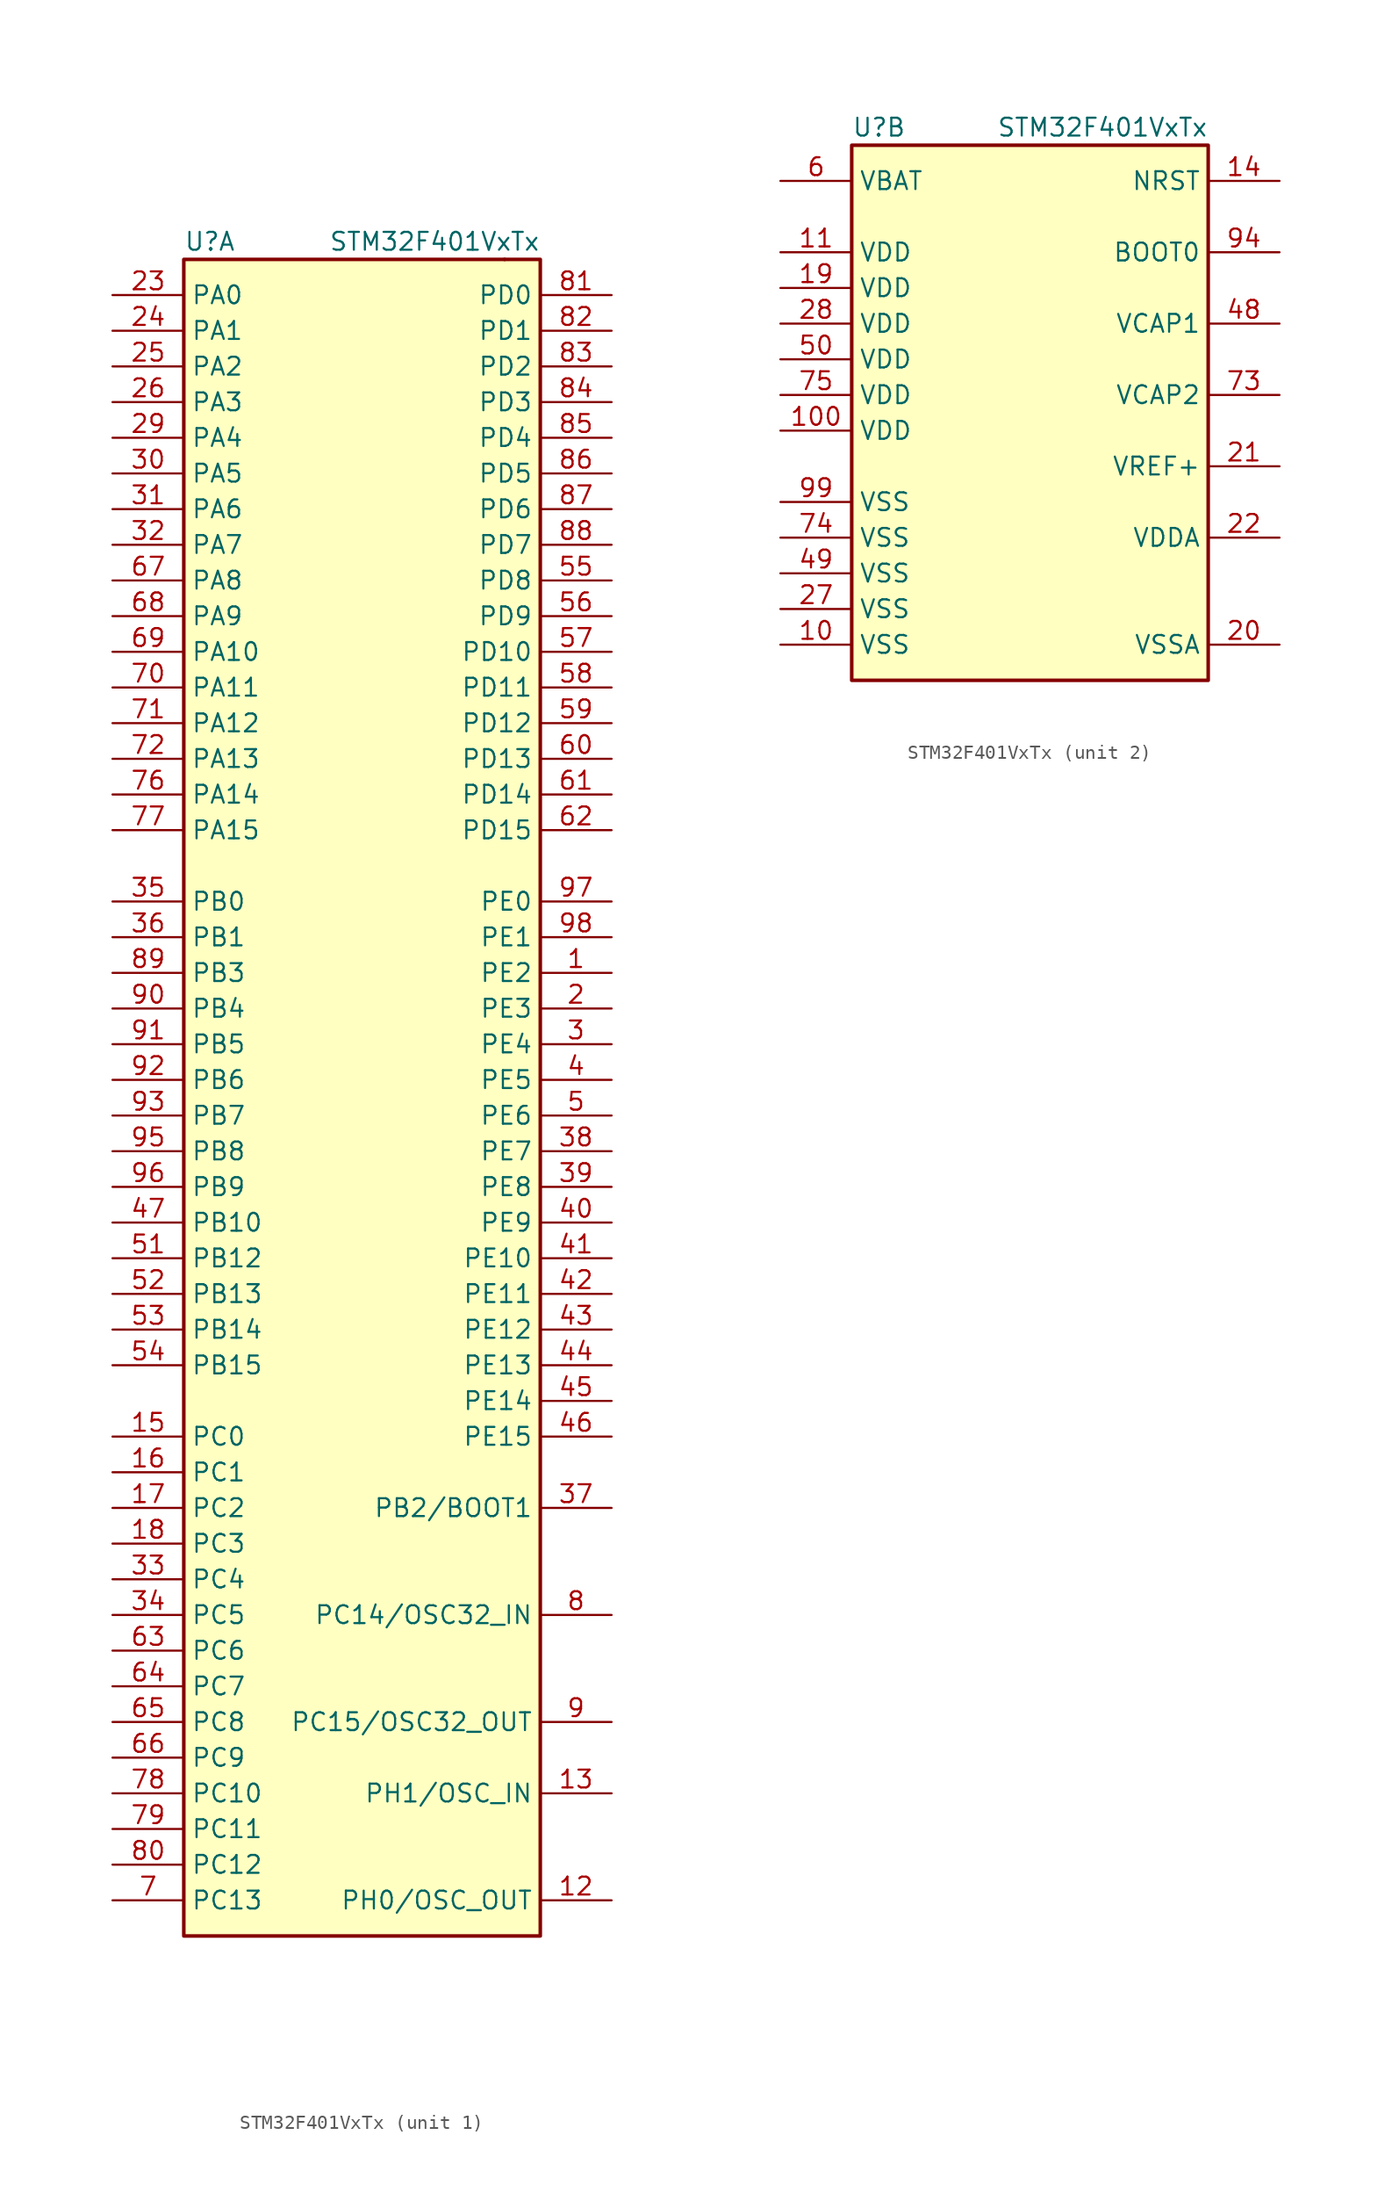
<source format=kicad_sym>
(kicad_symbol_lib
  (version 20211014)
  (generator kicad_symbol_editor)
  (symbol "STM32F401VxTx"
    (property "Reference" "U"
      (at 5.08 3.81 0)
      (effects (font (size 1.27 1.27)) (justify left)))
    (property "Value" "STM32F401VxTx"
      (at 30.48 3.81 0)
      (effects (font (size 1.27 1.27)) (justify right)))
    (property "ki_locked" ""
      (at 0 0 0)
      (effects (font (size 1.27 1.27))))
    (symbol "STM32F401VxTx_1_1"
      (rectangle (start 5.08 -116.84) (end 30.48 2.54) (stroke (width 0.254) (type default) (color 0 0 0 0)) (fill (type background)))
      (rectangle (start 27.94 2.54) (end 27.94 2.54) (stroke (width 0.254) (type default) (color 0 0 0 0)) (fill (type none)))
      (pin bidirectional line (at 35.56 -48.26 180) (length 5.08) (name "PE2" (effects (font (size 1.27 1.27)))) (number "1" (effects (font (size 1.27 1.27)))))
      (pin input line (at 35.56 -114.3 180) (length 5.08) (name "PH0/OSC_OUT" (effects (font (size 1.27 1.27)))) (number "12" (effects (font (size 1.27 1.27)))))
      (pin input line (at 35.56 -106.68 180) (length 5.08) (name "PH1/OSC_IN" (effects (font (size 1.27 1.27)))) (number "13" (effects (font (size 1.27 1.27)))))
      (pin bidirectional line (at 0 -81.28 0) (length 5.08) (name "PC0" (effects (font (size 1.27 1.27)))) (number "15" (effects (font (size 1.27 1.27)))))
      (pin bidirectional line (at 0 -83.82 0) (length 5.08) (name "PC1" (effects (font (size 1.27 1.27)))) (number "16" (effects (font (size 1.27 1.27)))))
      (pin bidirectional line (at 0 -86.36 0) (length 5.08) (name "PC2" (effects (font (size 1.27 1.27)))) (number "17" (effects (font (size 1.27 1.27)))))
      (pin bidirectional line (at 0 -88.9 0) (length 5.08) (name "PC3" (effects (font (size 1.27 1.27)))) (number "18" (effects (font (size 1.27 1.27)))))
      (pin bidirectional line (at 35.56 -50.8 180) (length 5.08) (name "PE3" (effects (font (size 1.27 1.27)))) (number "2" (effects (font (size 1.27 1.27)))))
      (pin bidirectional line (at 0 0 0) (length 5.08) (name "PA0" (effects (font (size 1.27 1.27)))) (number "23" (effects (font (size 1.27 1.27)))))
      (pin bidirectional line (at 0 -2.54 0) (length 5.08) (name "PA1" (effects (font (size 1.27 1.27)))) (number "24" (effects (font (size 1.27 1.27)))))
      (pin bidirectional line (at 0 -5.08 0) (length 5.08) (name "PA2" (effects (font (size 1.27 1.27)))) (number "25" (effects (font (size 1.27 1.27)))))
      (pin bidirectional line (at 0 -7.62 0) (length 5.08) (name "PA3" (effects (font (size 1.27 1.27)))) (number "26" (effects (font (size 1.27 1.27)))))
      (pin bidirectional line (at 0 -10.16 0) (length 5.08) (name "PA4" (effects (font (size 1.27 1.27)))) (number "29" (effects (font (size 1.27 1.27)))))
      (pin bidirectional line (at 35.56 -53.34 180) (length 5.08) (name "PE4" (effects (font (size 1.27 1.27)))) (number "3" (effects (font (size 1.27 1.27)))))
      (pin bidirectional line (at 0 -12.7 0) (length 5.08) (name "PA5" (effects (font (size 1.27 1.27)))) (number "30" (effects (font (size 1.27 1.27)))))
      (pin bidirectional line (at 0 -15.24 0) (length 5.08) (name "PA6" (effects (font (size 1.27 1.27)))) (number "31" (effects (font (size 1.27 1.27)))))
      (pin bidirectional line (at 0 -17.78 0) (length 5.08) (name "PA7" (effects (font (size 1.27 1.27)))) (number "32" (effects (font (size 1.27 1.27)))))
      (pin bidirectional line (at 0 -91.44 0) (length 5.08) (name "PC4" (effects (font (size 1.27 1.27)))) (number "33" (effects (font (size 1.27 1.27)))))
      (pin bidirectional line (at 0 -93.98 0) (length 5.08) (name "PC5" (effects (font (size 1.27 1.27)))) (number "34" (effects (font (size 1.27 1.27)))))
      (pin bidirectional line (at 0 -43.18 0) (length 5.08) (name "PB0" (effects (font (size 1.27 1.27)))) (number "35" (effects (font (size 1.27 1.27)))))
      (pin bidirectional line (at 0 -45.72 0) (length 5.08) (name "PB1" (effects (font (size 1.27 1.27)))) (number "36" (effects (font (size 1.27 1.27)))))
      (pin bidirectional line (at 35.56 -86.36 180) (length 5.08) (name "PB2/BOOT1" (effects (font (size 1.27 1.27)))) (number "37" (effects (font (size 1.27 1.27)))))
      (pin bidirectional line (at 35.56 -60.96 180) (length 5.08) (name "PE7" (effects (font (size 1.27 1.27)))) (number "38" (effects (font (size 1.27 1.27)))))
      (pin bidirectional line (at 35.56 -63.5 180) (length 5.08) (name "PE8" (effects (font (size 1.27 1.27)))) (number "39" (effects (font (size 1.27 1.27)))))
      (pin bidirectional line (at 35.56 -55.88 180) (length 5.08) (name "PE5" (effects (font (size 1.27 1.27)))) (number "4" (effects (font (size 1.27 1.27)))))
      (pin bidirectional line (at 35.56 -66.04 180) (length 5.08) (name "PE9" (effects (font (size 1.27 1.27)))) (number "40" (effects (font (size 1.27 1.27)))))
      (pin bidirectional line (at 35.56 -68.58 180) (length 5.08) (name "PE10" (effects (font (size 1.27 1.27)))) (number "41" (effects (font (size 1.27 1.27)))))
      (pin bidirectional line (at 35.56 -71.12 180) (length 5.08) (name "PE11" (effects (font (size 1.27 1.27)))) (number "42" (effects (font (size 1.27 1.27)))))
      (pin bidirectional line (at 35.56 -73.66 180) (length 5.08) (name "PE12" (effects (font (size 1.27 1.27)))) (number "43" (effects (font (size 1.27 1.27)))))
      (pin bidirectional line (at 35.56 -76.2 180) (length 5.08) (name "PE13" (effects (font (size 1.27 1.27)))) (number "44" (effects (font (size 1.27 1.27)))))
      (pin bidirectional line (at 35.56 -78.74 180) (length 5.08) (name "PE14" (effects (font (size 1.27 1.27)))) (number "45" (effects (font (size 1.27 1.27)))))
      (pin bidirectional line (at 35.56 -81.28 180) (length 5.08) (name "PE15" (effects (font (size 1.27 1.27)))) (number "46" (effects (font (size 1.27 1.27)))))
      (pin bidirectional line (at 0 -66.04 0) (length 5.08) (name "PB10" (effects (font (size 1.27 1.27)))) (number "47" (effects (font (size 1.27 1.27)))))
      (pin bidirectional line (at 35.56 -58.42 180) (length 5.08) (name "PE6" (effects (font (size 1.27 1.27)))) (number "5" (effects (font (size 1.27 1.27)))))
      (pin bidirectional line (at 0 -68.58 0) (length 5.08) (name "PB12" (effects (font (size 1.27 1.27)))) (number "51" (effects (font (size 1.27 1.27)))))
      (pin bidirectional line (at 0 -71.12 0) (length 5.08) (name "PB13" (effects (font (size 1.27 1.27)))) (number "52" (effects (font (size 1.27 1.27)))))
      (pin bidirectional line (at 0 -73.66 0) (length 5.08) (name "PB14" (effects (font (size 1.27 1.27)))) (number "53" (effects (font (size 1.27 1.27)))))
      (pin bidirectional line (at 0 -76.2 0) (length 5.08) (name "PB15" (effects (font (size 1.27 1.27)))) (number "54" (effects (font (size 1.27 1.27)))))
      (pin bidirectional line (at 35.56 -20.32 180) (length 5.08) (name "PD8" (effects (font (size 1.27 1.27)))) (number "55" (effects (font (size 1.27 1.27)))))
      (pin bidirectional line (at 35.56 -22.86 180) (length 5.08) (name "PD9" (effects (font (size 1.27 1.27)))) (number "56" (effects (font (size 1.27 1.27)))))
      (pin bidirectional line (at 35.56 -25.4 180) (length 5.08) (name "PD10" (effects (font (size 1.27 1.27)))) (number "57" (effects (font (size 1.27 1.27)))))
      (pin bidirectional line (at 35.56 -27.94 180) (length 5.08) (name "PD11" (effects (font (size 1.27 1.27)))) (number "58" (effects (font (size 1.27 1.27)))))
      (pin bidirectional line (at 35.56 -30.48 180) (length 5.08) (name "PD12" (effects (font (size 1.27 1.27)))) (number "59" (effects (font (size 1.27 1.27)))))
      (pin bidirectional line (at 35.56 -33.02 180) (length 5.08) (name "PD13" (effects (font (size 1.27 1.27)))) (number "60" (effects (font (size 1.27 1.27)))))
      (pin bidirectional line (at 35.56 -35.56 180) (length 5.08) (name "PD14" (effects (font (size 1.27 1.27)))) (number "61" (effects (font (size 1.27 1.27)))))
      (pin bidirectional line (at 35.56 -38.1 180) (length 5.08) (name "PD15" (effects (font (size 1.27 1.27)))) (number "62" (effects (font (size 1.27 1.27)))))
      (pin bidirectional line (at 0 -96.52 0) (length 5.08) (name "PC6" (effects (font (size 1.27 1.27)))) (number "63" (effects (font (size 1.27 1.27)))))
      (pin bidirectional line (at 0 -99.06 0) (length 5.08) (name "PC7" (effects (font (size 1.27 1.27)))) (number "64" (effects (font (size 1.27 1.27)))))
      (pin bidirectional line (at 0 -101.6 0) (length 5.08) (name "PC8" (effects (font (size 1.27 1.27)))) (number "65" (effects (font (size 1.27 1.27)))))
      (pin bidirectional line (at 0 -104.14 0) (length 5.08) (name "PC9" (effects (font (size 1.27 1.27)))) (number "66" (effects (font (size 1.27 1.27)))))
      (pin bidirectional line (at 0 -20.32 0) (length 5.08) (name "PA8" (effects (font (size 1.27 1.27)))) (number "67" (effects (font (size 1.27 1.27)))))
      (pin bidirectional line (at 0 -22.86 0) (length 5.08) (name "PA9" (effects (font (size 1.27 1.27)))) (number "68" (effects (font (size 1.27 1.27)))))
      (pin bidirectional line (at 0 -25.4 0) (length 5.08) (name "PA10" (effects (font (size 1.27 1.27)))) (number "69" (effects (font (size 1.27 1.27)))))
      (pin bidirectional line (at 0 -114.3 0) (length 5.08) (name "PC13" (effects (font (size 1.27 1.27)))) (number "7" (effects (font (size 1.27 1.27)))))
      (pin bidirectional line (at 0 -27.94 0) (length 5.08) (name "PA11" (effects (font (size 1.27 1.27)))) (number "70" (effects (font (size 1.27 1.27)))))
      (pin bidirectional line (at 0 -30.48 0) (length 5.08) (name "PA12" (effects (font (size 1.27 1.27)))) (number "71" (effects (font (size 1.27 1.27)))))
      (pin bidirectional line (at 0 -33.02 0) (length 5.08) (name "PA13" (effects (font (size 1.27 1.27)))) (number "72" (effects (font (size 1.27 1.27)))))
      (pin bidirectional line (at 0 -35.56 0) (length 5.08) (name "PA14" (effects (font (size 1.27 1.27)))) (number "76" (effects (font (size 1.27 1.27)))))
      (pin bidirectional line (at 0 -38.1 0) (length 5.08) (name "PA15" (effects (font (size 1.27 1.27)))) (number "77" (effects (font (size 1.27 1.27)))))
      (pin bidirectional line (at 0 -106.68 0) (length 5.08) (name "PC10" (effects (font (size 1.27 1.27)))) (number "78" (effects (font (size 1.27 1.27)))))
      (pin bidirectional line (at 0 -109.22 0) (length 5.08) (name "PC11" (effects (font (size 1.27 1.27)))) (number "79" (effects (font (size 1.27 1.27)))))
      (pin bidirectional line (at 35.56 -93.98 180) (length 5.08) (name "PC14/OSC32_IN" (effects (font (size 1.27 1.27)))) (number "8" (effects (font (size 1.27 1.27)))))
      (pin bidirectional line (at 0 -111.76 0) (length 5.08) (name "PC12" (effects (font (size 1.27 1.27)))) (number "80" (effects (font (size 1.27 1.27)))))
      (pin bidirectional line (at 35.56 0 180) (length 5.08) (name "PD0" (effects (font (size 1.27 1.27)))) (number "81" (effects (font (size 1.27 1.27)))))
      (pin bidirectional line (at 35.56 -2.54 180) (length 5.08) (name "PD1" (effects (font (size 1.27 1.27)))) (number "82" (effects (font (size 1.27 1.27)))))
      (pin bidirectional line (at 35.56 -5.08 180) (length 5.08) (name "PD2" (effects (font (size 1.27 1.27)))) (number "83" (effects (font (size 1.27 1.27)))))
      (pin bidirectional line (at 35.56 -7.62 180) (length 5.08) (name "PD3" (effects (font (size 1.27 1.27)))) (number "84" (effects (font (size 1.27 1.27)))))
      (pin bidirectional line (at 35.56 -10.16 180) (length 5.08) (name "PD4" (effects (font (size 1.27 1.27)))) (number "85" (effects (font (size 1.27 1.27)))))
      (pin bidirectional line (at 35.56 -12.7 180) (length 5.08) (name "PD5" (effects (font (size 1.27 1.27)))) (number "86" (effects (font (size 1.27 1.27)))))
      (pin bidirectional line (at 35.56 -15.24 180) (length 5.08) (name "PD6" (effects (font (size 1.27 1.27)))) (number "87" (effects (font (size 1.27 1.27)))))
      (pin bidirectional line (at 35.56 -17.78 180) (length 5.08) (name "PD7" (effects (font (size 1.27 1.27)))) (number "88" (effects (font (size 1.27 1.27)))))
      (pin bidirectional line (at 0 -48.26 0) (length 5.08) (name "PB3" (effects (font (size 1.27 1.27)))) (number "89" (effects (font (size 1.27 1.27)))))
      (pin bidirectional line (at 35.56 -101.6 180) (length 5.08) (name "PC15/OSC32_OUT" (effects (font (size 1.27 1.27)))) (number "9" (effects (font (size 1.27 1.27)))))
      (pin bidirectional line (at 0 -50.8 0) (length 5.08) (name "PB4" (effects (font (size 1.27 1.27)))) (number "90" (effects (font (size 1.27 1.27)))))
      (pin bidirectional line (at 0 -53.34 0) (length 5.08) (name "PB5" (effects (font (size 1.27 1.27)))) (number "91" (effects (font (size 1.27 1.27)))))
      (pin bidirectional line (at 0 -55.88 0) (length 5.08) (name "PB6" (effects (font (size 1.27 1.27)))) (number "92" (effects (font (size 1.27 1.27)))))
      (pin bidirectional line (at 0 -58.42 0) (length 5.08) (name "PB7" (effects (font (size 1.27 1.27)))) (number "93" (effects (font (size 1.27 1.27)))))
      (pin bidirectional line (at 0 -60.96 0) (length 5.08) (name "PB8" (effects (font (size 1.27 1.27)))) (number "95" (effects (font (size 1.27 1.27)))))
      (pin bidirectional line (at 0 -63.5 0) (length 5.08) (name "PB9" (effects (font (size 1.27 1.27)))) (number "96" (effects (font (size 1.27 1.27)))))
      (pin bidirectional line (at 35.56 -43.18 180) (length 5.08) (name "PE0" (effects (font (size 1.27 1.27)))) (number "97" (effects (font (size 1.27 1.27)))))
      (pin bidirectional line (at 35.56 -45.72 180) (length 5.08) (name "PE1" (effects (font (size 1.27 1.27)))) (number "98" (effects (font (size 1.27 1.27))))))
    (symbol "STM32F401VxTx_2_1"
      (rectangle (start 5.08 2.54) (end 30.48 -35.56) (stroke (width 0.254) (type default) (color 0 0 0 0)) (fill (type background)))
      (pin power_in line (at 0 -33.02 0) (length 5.08) (name "VSS" (effects (font (size 1.27 1.27)))) (number "10" (effects (font (size 1.27 1.27)))))
      (pin power_in line (at 0 -17.78 0) (length 5.08) (name "VDD" (effects (font (size 1.27 1.27)))) (number "100" (effects (font (size 1.27 1.27)))))
      (pin power_in line (at 0 -5.08 0) (length 5.08) (name "VDD" (effects (font (size 1.27 1.27)))) (number "11" (effects (font (size 1.27 1.27)))))
      (pin input line (at 35.56 0 180) (length 5.08) (name "NRST" (effects (font (size 1.27 1.27)))) (number "14" (effects (font (size 1.27 1.27)))))
      (pin power_in line (at 0 -7.62 0) (length 5.08) (name "VDD" (effects (font (size 1.27 1.27)))) (number "19" (effects (font (size 1.27 1.27)))))
      (pin power_in line (at 35.56 -33.02 180) (length 5.08) (name "VSSA" (effects (font (size 1.27 1.27)))) (number "20" (effects (font (size 1.27 1.27)))))
      (pin power_in line (at 35.56 -20.32 180) (length 5.08) (name "VREF+" (effects (font (size 1.27 1.27)))) (number "21" (effects (font (size 1.27 1.27)))))
      (pin power_in line (at 35.56 -25.4 180) (length 5.08) (name "VDDA" (effects (font (size 1.27 1.27)))) (number "22" (effects (font (size 1.27 1.27)))))
      (pin power_in line (at 0 -30.48 0) (length 5.08) (name "VSS" (effects (font (size 1.27 1.27)))) (number "27" (effects (font (size 1.27 1.27)))))
      (pin power_in line (at 0 -10.16 0) (length 5.08) (name "VDD" (effects (font (size 1.27 1.27)))) (number "28" (effects (font (size 1.27 1.27)))))
      (pin power_in line (at 35.56 -10.16 180) (length 5.08) (name "VCAP1" (effects (font (size 1.27 1.27)))) (number "48" (effects (font (size 1.27 1.27)))))
      (pin power_in line (at 0 -27.94 0) (length 5.08) (name "VSS" (effects (font (size 1.27 1.27)))) (number "49" (effects (font (size 1.27 1.27)))))
      (pin power_in line (at 0 -12.7 0) (length 5.08) (name "VDD" (effects (font (size 1.27 1.27)))) (number "50" (effects (font (size 1.27 1.27)))))
      (pin power_in line (at 0 0 0) (length 5.08) (name "VBAT" (effects (font (size 1.27 1.27)))) (number "6" (effects (font (size 1.27 1.27)))))
      (pin power_in line (at 35.56 -15.24 180) (length 5.08) (name "VCAP2" (effects (font (size 1.27 1.27)))) (number "73" (effects (font (size 1.27 1.27)))))
      (pin power_in line (at 0 -25.4 0) (length 5.08) (name "VSS" (effects (font (size 1.27 1.27)))) (number "74" (effects (font (size 1.27 1.27)))))
      (pin power_in line (at 0 -15.24 0) (length 5.08) (name "VDD" (effects (font (size 1.27 1.27)))) (number "75" (effects (font (size 1.27 1.27)))))
      (pin input line (at 35.56 -5.08 180) (length 5.08) (name "BOOT0" (effects (font (size 1.27 1.27)))) (number "94" (effects (font (size 1.27 1.27)))))
      (pin power_in line (at 0 -22.86 0) (length 5.08) (name "VSS" (effects (font (size 1.27 1.27)))) (number "99" (effects (font (size 1.27 1.27))))))))
</source>
